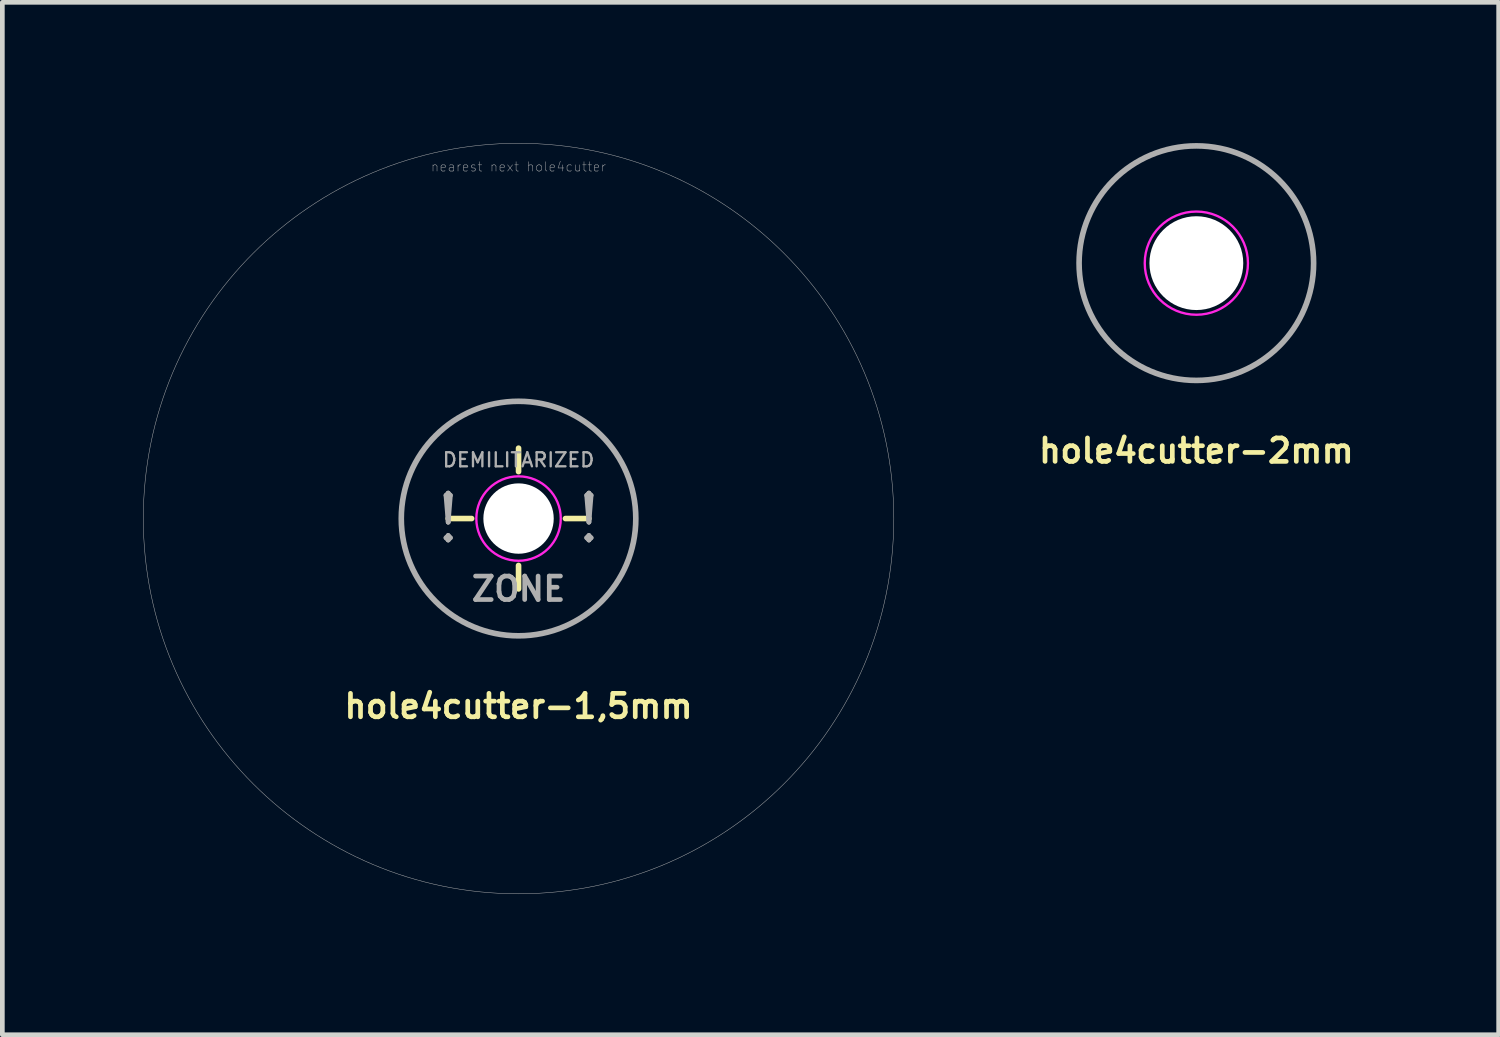
<source format=kicad_pcb>
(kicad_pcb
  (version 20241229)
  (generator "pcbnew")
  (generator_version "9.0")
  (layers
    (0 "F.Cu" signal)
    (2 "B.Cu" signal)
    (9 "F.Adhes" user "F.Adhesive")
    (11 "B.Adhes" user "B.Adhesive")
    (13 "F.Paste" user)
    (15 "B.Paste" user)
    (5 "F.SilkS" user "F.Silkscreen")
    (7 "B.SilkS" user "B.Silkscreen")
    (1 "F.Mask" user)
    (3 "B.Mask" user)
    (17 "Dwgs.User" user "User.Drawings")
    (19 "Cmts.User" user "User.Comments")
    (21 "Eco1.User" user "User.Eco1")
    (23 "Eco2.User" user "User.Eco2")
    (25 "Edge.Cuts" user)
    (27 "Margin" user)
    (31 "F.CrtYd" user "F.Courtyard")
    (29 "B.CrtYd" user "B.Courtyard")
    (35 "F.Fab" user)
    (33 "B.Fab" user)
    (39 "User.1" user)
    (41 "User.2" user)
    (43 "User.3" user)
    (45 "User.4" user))
  (footprint "hole4cutter-2mm"
    (layer "F.Cu")
    (at 22.455 2.56)
    (property "Reference" "hole4cutter-2mm" (at 0 4 180) (layer "F.SilkS") (effects (font (size 0.5 0.5) (thickness 0.1))))
    (attr through_hole)
    (fp_circle (center 0 0) (end 1.1 0) (stroke (width 0.05) (type solid)) (fill no) (layer "F.CrtYd"))
    (fp_circle (center 0 0) (end 2.5 0) (stroke (width 0.12) (type solid)) (fill no) (layer "F.Fab"))
    (pad "" np_thru_hole circle (at 0 0) (size 2 2) (drill 2) (layers "*.Cu" "*.Mask")))
  (footprint "hole4cutter-1,5mm"
    (layer "F.Cu")
    (at 8.005 8.005)
    (property "Reference" "hole4cutter-1,5mm" (at 0 4 180) (layer "F.SilkS") (effects (font (size 0.5 0.5) (thickness 0.1))))
    (attr through_hole)
    (fp_line (start -1 0) (end -1.5 0) (stroke (width 0.12) (type solid)) (layer "F.SilkS"))
    (fp_line (start 0 -1) (end 0 -1.5) (stroke (width 0.12) (type solid)) (layer "F.SilkS"))
    (fp_line (start 0 1) (end 0 1.5) (stroke (width 0.12) (type solid)) (layer "F.SilkS"))
    (fp_line (start 1 0) (end 1.5 0) (stroke (width 0.12) (type solid)) (layer "F.SilkS"))
    (fp_circle (center 0 0) (end 0.9 0) (stroke (width 0.05) (type solid)) (fill no) (layer "F.CrtYd"))
    (fp_circle (center 0 0) (end 2.5 0) (stroke (width 0.12) (type solid)) (fill no) (layer "F.Fab"))
    (fp_circle (center 0 0) (end 8 0) (stroke (width 0.01) (type solid)) (fill no) (layer "F.Fab"))
    (fp_text user "DEMILITARIZED" (at 0 -1.25 0) (layer "F.Fab") (effects (font (size 0.3 0.3) (thickness 0.05))))
    (fp_text user "!" (at -1.5 0 0) (layer "F.Fab") (effects (font (size 1 1) (thickness 0.1))))
    (fp_text user "!" (at 1.5 0 0) (layer "F.Fab") (effects (font (size 1 1) (thickness 0.1))))
    (fp_text user "nearest next hole4cutter" (at 0 -7.5 0) (layer "F.Fab") (effects (font (size 0.2 0.2) (thickness 0.01))))
    (fp_text user "ZONE" (at 0 1.5 0) (layer "F.Fab") (effects (font (size 0.5 0.5) (thickness 0.1))))
    (pad "" np_thru_hole circle (at 0 0) (size 1.5 1.5) (drill 1.5) (layers "*.Cu" "*.Mask")))
  (gr_rect
    (start -3 -3)
    (end 28.9 19.01)
    (stroke (width 0.1) (type default))
    (fill no)
    (layer "Edge.Cuts")))
</source>
